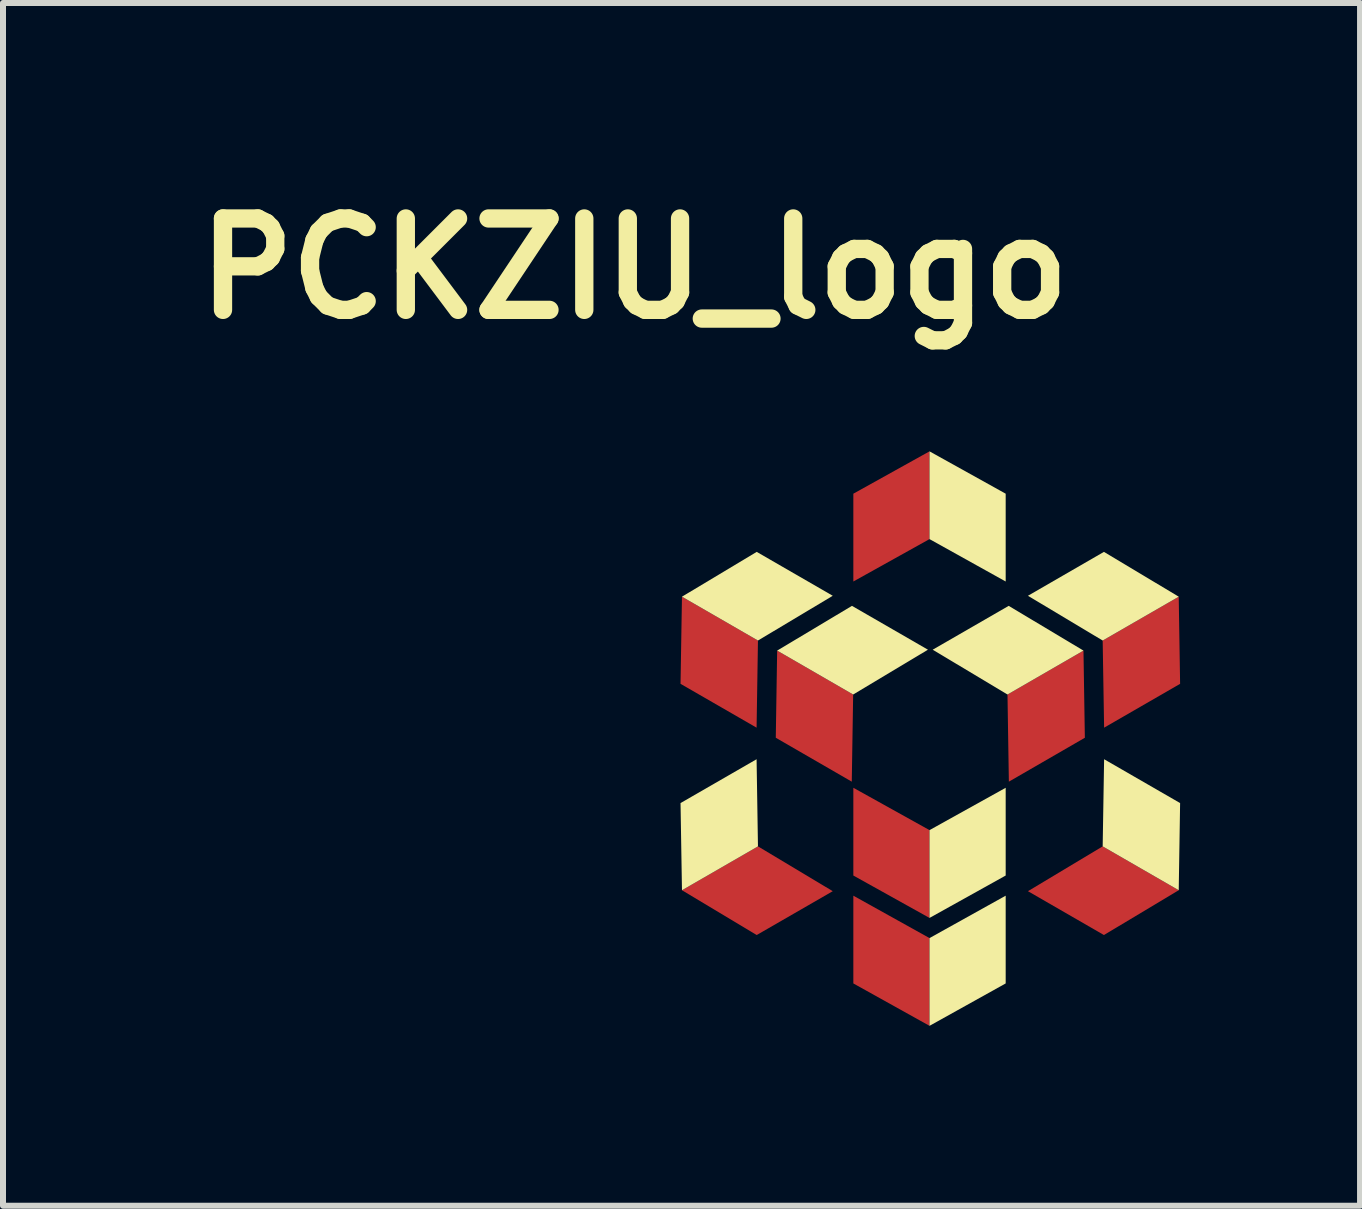
<source format=kicad_pcb>
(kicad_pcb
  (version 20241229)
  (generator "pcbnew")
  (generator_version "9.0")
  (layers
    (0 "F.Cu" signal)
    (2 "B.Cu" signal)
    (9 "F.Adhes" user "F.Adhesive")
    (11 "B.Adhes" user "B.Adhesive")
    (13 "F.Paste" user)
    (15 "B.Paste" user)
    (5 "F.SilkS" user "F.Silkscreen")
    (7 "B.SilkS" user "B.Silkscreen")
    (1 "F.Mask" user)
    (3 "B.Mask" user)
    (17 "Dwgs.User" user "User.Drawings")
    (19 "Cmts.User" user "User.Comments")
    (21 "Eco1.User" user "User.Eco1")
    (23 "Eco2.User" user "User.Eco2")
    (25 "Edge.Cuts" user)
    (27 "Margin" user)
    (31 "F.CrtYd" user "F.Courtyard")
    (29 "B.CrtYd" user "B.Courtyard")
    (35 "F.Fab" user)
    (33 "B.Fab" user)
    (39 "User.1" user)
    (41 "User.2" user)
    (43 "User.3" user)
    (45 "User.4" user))
  (footprint "PCKZIU_logo"
    (layer "F.Cu")
    (at 7.526 4.422)
    (property "Reference" "PCKZIU_logo" (at 0 -2.995 0) (layer "F.SilkS") (effects (font (size 1.524 1.524) (thickness 0.305))))
    (attr exclude_from_pos_files exclude_from_bom)
    (fp_poly (pts (xy 2.061 3.207) (xy 0.794 2.476) (xy 0.77 3.929) (xy 2.038 4.66) (xy 2.061 3.207)) (stroke (width 0) (type solid)) (fill yes) (layer "F.Cu"))
    (fp_poly (pts (xy 2.061 6.639) (xy 0.794 7.37) (xy 2.04 8.117) (xy 3.308 7.386) (xy 2.061 6.639)) (stroke (width 0) (type solid)) (fill yes) (layer "F.Cu"))
    (fp_poly (pts (xy 3.648 4.107) (xy 2.381 3.375) (xy 2.358 4.828) (xy 3.625 5.56) (xy 3.648 4.107)) (stroke (width 0) (type solid)) (fill yes) (layer "F.Cu"))
    (fp_poly (pts (xy 4.921 1.516) (xy 4.921 0.053) (xy 3.651 0.759) (xy 3.651 2.223) (xy 4.921 1.516)) (stroke (width 0) (type solid)) (fill yes) (layer "F.Cu"))
    (fp_poly (pts (xy 4.921 6.368) (xy 4.921 7.832) (xy 3.651 7.125) (xy 3.651 5.662) (xy 4.921 6.368)) (stroke (width 0) (type solid)) (fill yes) (layer "F.Cu"))
    (fp_poly (pts (xy 4.921 8.168) (xy 4.921 9.631) (xy 3.651 8.924) (xy 3.651 7.461) (xy 4.921 8.168)) (stroke (width 0) (type solid)) (fill yes) (layer "F.Cu"))
    (fp_poly (pts (xy 6.221 4.107) (xy 7.488 3.375) (xy 7.511 4.828) (xy 6.244 5.56) (xy 6.221 4.107)) (stroke (width 0) (type solid)) (fill yes) (layer "F.Cu"))
    (fp_poly (pts (xy 7.808 3.207) (xy 9.076 2.476) (xy 9.099 3.929) (xy 7.832 4.66) (xy 7.808 3.207)) (stroke (width 0) (type solid)) (fill yes) (layer "F.Cu"))
    (fp_poly (pts (xy 7.808 6.639) (xy 9.076 7.37) (xy 7.829 8.117) (xy 6.562 7.386) (xy 7.808 6.639)) (stroke (width 0) (type solid)) (fill yes) (layer "F.Cu"))
    (fp_poly (pts (xy 2.061 3.207) (xy 0.794 2.476) (xy 2.04 1.729) (xy 3.308 2.461) (xy 2.061 3.207)) (stroke (width 0) (type solid)) (fill yes) (layer "F.SilkS"))
    (fp_poly (pts (xy 2.061 6.639) (xy 0.794 7.37) (xy 0.77 5.917) (xy 2.038 5.186) (xy 2.061 6.639)) (stroke (width 0) (type solid)) (fill yes) (layer "F.SilkS"))
    (fp_poly (pts (xy 3.648 4.107) (xy 2.381 3.375) (xy 3.628 2.629) (xy 4.895 3.36) (xy 3.648 4.107)) (stroke (width 0) (type solid)) (fill yes) (layer "F.SilkS"))
    (fp_poly (pts (xy 4.921 1.516) (xy 4.921 0.053) (xy 6.191 0.759) (xy 6.191 2.223) (xy 4.921 1.516)) (stroke (width 0) (type solid)) (fill yes) (layer "F.SilkS"))
    (fp_poly (pts (xy 4.921 6.368) (xy 4.921 7.832) (xy 6.191 7.125) (xy 6.191 5.662) (xy 4.921 6.368)) (stroke (width 0) (type solid)) (fill yes) (layer "F.SilkS"))
    (fp_poly (pts (xy 4.921 8.168) (xy 4.921 9.631) (xy 6.191 8.924) (xy 6.191 7.461) (xy 4.921 8.168)) (stroke (width 0) (type solid)) (fill yes) (layer "F.SilkS"))
    (fp_poly (pts (xy 6.221 4.107) (xy 7.488 3.375) (xy 6.241 2.629) (xy 4.974 3.36) (xy 6.221 4.107)) (stroke (width 0) (type solid)) (fill yes) (layer "F.SilkS"))
    (fp_poly (pts (xy 7.808 3.207) (xy 9.076 2.476) (xy 7.829 1.729) (xy 6.562 2.461) (xy 7.808 3.207)) (stroke (width 0) (type solid)) (fill yes) (layer "F.SilkS"))
    (fp_poly (pts (xy 7.808 6.639) (xy 9.076 7.37) (xy 9.099 5.917) (xy 7.832 5.186) (xy 7.808 6.639)) (stroke (width 0) (type solid)) (fill yes) (layer "F.SilkS")))
  (gr_rect
    (start -3 -3)
    (end 19.625 17.052)
    (stroke (width 0.1) (type default))
    (fill no)
    (layer "Edge.Cuts")))
</source>
